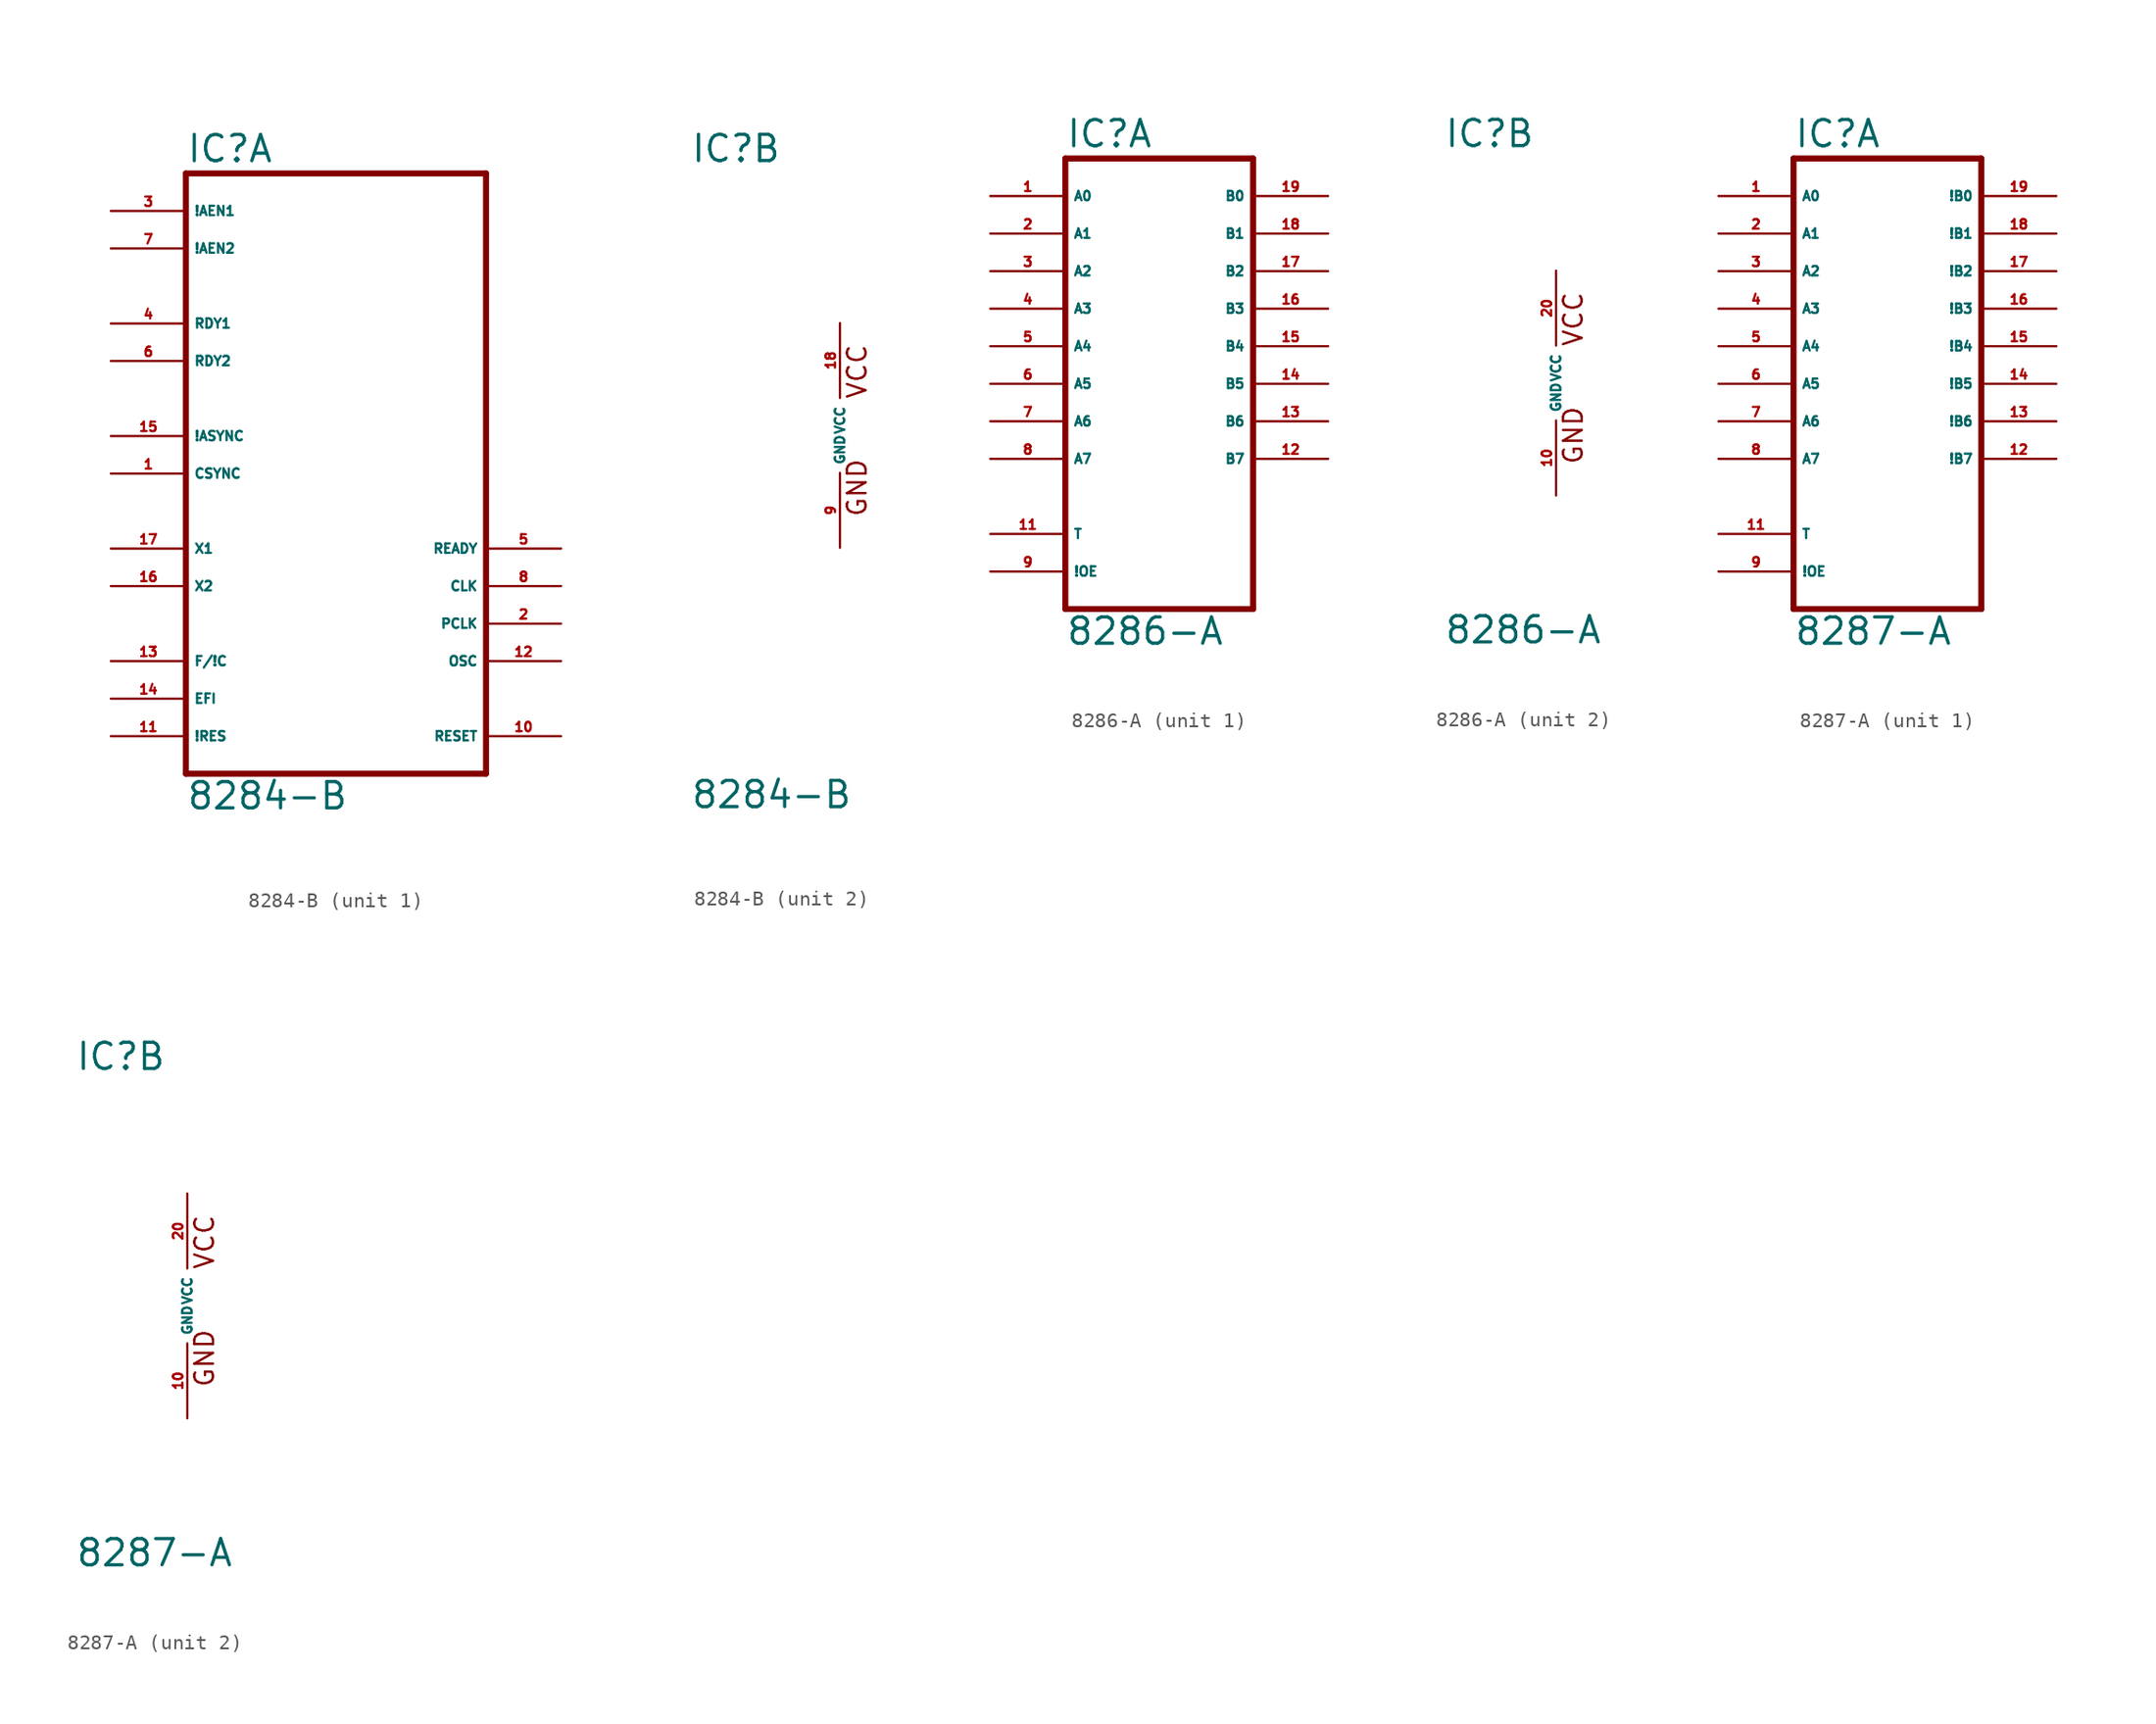
<source format=kicad_sym>
(kicad_symbol_lib
  (version 20220914)
  (generator Eagle2Kicad)
  (symbol "8284-B"
    (property "Reference" "IC"
      (at -10.16 18.415 0)
      (effects (font (size 1.778 1.778) (thickness 0.22)) (justify left bottom)))
    (property "Value" "8284-B"
      (at -10.16 -25.4 0)
      (effects (font (size 1.778 1.778) (thickness 0.22)) (justify left bottom)))
    (symbol "8284-B_1_0"
      (polyline (pts (xy -10.16 -22.86) (xy 10.16 -22.86)) (stroke (width 0.406) (type default)) (fill (type none)))
      (polyline (pts (xy 10.16 -22.86) (xy 10.16 17.78)) (stroke (width 0.406) (type default)) (fill (type none)))
      (polyline (pts (xy 10.16 17.78) (xy -10.16 17.78)) (stroke (width 0.406) (type default)) (fill (type none)))
      (polyline (pts (xy -10.16 17.78) (xy -10.16 -22.86)) (stroke (width 0.406) (type default)) (fill (type none)))
      (pin input line (at -15.24 15.24 0) (length 5.08) (name "!AEN1" (effects (font (size 0.635 0.635) (thickness 0.08)) (justify left bottom))) (number "3" (effects (font (size 0.635 0.635) (thickness 0.08)) (justify left bottom))))
      (pin input line (at -15.24 12.7 0) (length 5.08) (name "!AEN2" (effects (font (size 0.635 0.635) (thickness 0.08)) (justify left bottom))) (number "7" (effects (font (size 0.635 0.635) (thickness 0.08)) (justify left bottom))))
      (pin input line (at -15.24 7.62 0) (length 5.08) (name "RDY1" (effects (font (size 0.635 0.635) (thickness 0.08)) (justify left bottom))) (number "4" (effects (font (size 0.635 0.635) (thickness 0.08)) (justify left bottom))))
      (pin input line (at -15.24 5.08 0) (length 5.08) (name "RDY2" (effects (font (size 0.635 0.635) (thickness 0.08)) (justify left bottom))) (number "6" (effects (font (size 0.635 0.635) (thickness 0.08)) (justify left bottom))))
      (pin input line (at -15.24 0 0) (length 5.08) (name "!ASYNC" (effects (font (size 0.635 0.635) (thickness 0.08)) (justify left bottom))) (number "15" (effects (font (size 0.635 0.635) (thickness 0.08)) (justify left bottom))))
      (pin input line (at -15.24 -10.16 0) (length 5.08) (name "X2" (effects (font (size 0.635 0.635) (thickness 0.08)) (justify left bottom))) (number "16" (effects (font (size 0.635 0.635) (thickness 0.08)) (justify left bottom))))
      (pin input line (at -15.24 -15.24 0) (length 5.08) (name "F/!C" (effects (font (size 0.635 0.635) (thickness 0.08)) (justify left bottom))) (number "13" (effects (font (size 0.635 0.635) (thickness 0.08)) (justify left bottom))))
      (pin input line (at -15.24 -17.78 0) (length 5.08) (name "EFI" (effects (font (size 0.635 0.635) (thickness 0.08)) (justify left bottom))) (number "14" (effects (font (size 0.635 0.635) (thickness 0.08)) (justify left bottom))))
      (pin input line (at -15.24 -20.32 0) (length 5.08) (name "!RES" (effects (font (size 0.635 0.635) (thickness 0.08)) (justify left bottom))) (number "11" (effects (font (size 0.635 0.635) (thickness 0.08)) (justify left bottom))))
      (pin input line (at -15.24 -2.54 0) (length 5.08) (name "CSYNC" (effects (font (size 0.635 0.635) (thickness 0.08)) (justify left bottom))) (number "1" (effects (font (size 0.635 0.635) (thickness 0.08)) (justify left bottom))))
      (pin output line (at 15.24 -7.62 180) (length 5.08) (name "READY" (effects (font (size 0.635 0.635) (thickness 0.08)) (justify left bottom))) (number "5" (effects (font (size 0.635 0.635) (thickness 0.08)) (justify left bottom))))
      (pin output line (at 15.24 -10.16 180) (length 5.08) (name "CLK" (effects (font (size 0.635 0.635) (thickness 0.08)) (justify left bottom))) (number "8" (effects (font (size 0.635 0.635) (thickness 0.08)) (justify left bottom))))
      (pin output line (at 15.24 -12.7 180) (length 5.08) (name "PCLK" (effects (font (size 0.635 0.635) (thickness 0.08)) (justify left bottom))) (number "2" (effects (font (size 0.635 0.635) (thickness 0.08)) (justify left bottom))))
      (pin output line (at 15.24 -15.24 180) (length 5.08) (name "OSC" (effects (font (size 0.635 0.635) (thickness 0.08)) (justify left bottom))) (number "12" (effects (font (size 0.635 0.635) (thickness 0.08)) (justify left bottom))))
      (pin output line (at 15.24 -20.32 180) (length 5.08) (name "RESET" (effects (font (size 0.635 0.635) (thickness 0.08)) (justify left bottom))) (number "10" (effects (font (size 0.635 0.635) (thickness 0.08)) (justify left bottom))))
      (pin input line (at -15.24 -7.62 0) (length 5.08) (name "X1" (effects (font (size 0.635 0.635) (thickness 0.08)) (justify left bottom))) (number "17" (effects (font (size 0.635 0.635) (thickness 0.08)) (justify left bottom)))))
    (symbol "8284-B_2_0"
      (text "GND" (at 1.905 -5.588 900) (effects (font (size 1.27 1.27) (thickness 0.16)) (justify left bottom)))
      (text "VCC" (at 1.905 2.413 900) (effects (font (size 1.27 1.27) (thickness 0.16)) (justify left bottom)))
      (pin unspecified line (at 0 7.62 270) (length 5.08) (name "VCC" (effects (font (size 0.635 0.635) (thickness 0.08)) (justify left bottom))) (number "18" (effects (font (size 0.635 0.635) (thickness 0.08)) (justify left bottom))))
      (pin unspecified line (at 0 -7.62 90) (length 5.08) (name "GND" (effects (font (size 0.635 0.635) (thickness 0.08)) (justify left bottom))) (number "9" (effects (font (size 0.635 0.635) (thickness 0.08)) (justify left bottom))))))
  (symbol "8286-A"
    (property "Reference" "IC"
      (at -7.62 15.875 0)
      (effects (font (size 1.778 1.778) (thickness 0.22)) (justify left bottom)))
    (property "Value" "8286-A"
      (at -7.62 -17.78 0)
      (effects (font (size 1.778 1.778) (thickness 0.22)) (justify left bottom)))
    (symbol "8286-A_1_0"
      (polyline (pts (xy -7.62 -15.24) (xy 5.08 -15.24)) (stroke (width 0.406) (type default)) (fill (type none)))
      (polyline (pts (xy 5.08 -15.24) (xy 5.08 15.24)) (stroke (width 0.406) (type default)) (fill (type none)))
      (polyline (pts (xy 5.08 15.24) (xy -7.62 15.24)) (stroke (width 0.406) (type default)) (fill (type none)))
      (polyline (pts (xy -7.62 15.24) (xy -7.62 -15.24)) (stroke (width 0.406) (type default)) (fill (type none)))
      (pin bidirectional line (at -12.7 12.7 0) (length 5.08) (name "A0" (effects (font (size 0.635 0.635) (thickness 0.08)) (justify left bottom))) (number "1" (effects (font (size 0.635 0.635) (thickness 0.08)) (justify left bottom))))
      (pin bidirectional line (at -12.7 10.16 0) (length 5.08) (name "A1" (effects (font (size 0.635 0.635) (thickness 0.08)) (justify left bottom))) (number "2" (effects (font (size 0.635 0.635) (thickness 0.08)) (justify left bottom))))
      (pin bidirectional line (at -12.7 7.62 0) (length 5.08) (name "A2" (effects (font (size 0.635 0.635) (thickness 0.08)) (justify left bottom))) (number "3" (effects (font (size 0.635 0.635) (thickness 0.08)) (justify left bottom))))
      (pin bidirectional line (at -12.7 5.08 0) (length 5.08) (name "A3" (effects (font (size 0.635 0.635) (thickness 0.08)) (justify left bottom))) (number "4" (effects (font (size 0.635 0.635) (thickness 0.08)) (justify left bottom))))
      (pin bidirectional line (at -12.7 2.54 0) (length 5.08) (name "A4" (effects (font (size 0.635 0.635) (thickness 0.08)) (justify left bottom))) (number "5" (effects (font (size 0.635 0.635) (thickness 0.08)) (justify left bottom))))
      (pin bidirectional line (at -12.7 0 0) (length 5.08) (name "A5" (effects (font (size 0.635 0.635) (thickness 0.08)) (justify left bottom))) (number "6" (effects (font (size 0.635 0.635) (thickness 0.08)) (justify left bottom))))
      (pin bidirectional line (at -12.7 -2.54 0) (length 5.08) (name "A6" (effects (font (size 0.635 0.635) (thickness 0.08)) (justify left bottom))) (number "7" (effects (font (size 0.635 0.635) (thickness 0.08)) (justify left bottom))))
      (pin bidirectional line (at -12.7 -5.08 0) (length 5.08) (name "A7" (effects (font (size 0.635 0.635) (thickness 0.08)) (justify left bottom))) (number "8" (effects (font (size 0.635 0.635) (thickness 0.08)) (justify left bottom))))
      (pin bidirectional line (at 10.16 12.7 180) (length 5.08) (name "B0" (effects (font (size 0.635 0.635) (thickness 0.08)) (justify left bottom))) (number "19" (effects (font (size 0.635 0.635) (thickness 0.08)) (justify left bottom))))
      (pin bidirectional line (at 10.16 10.16 180) (length 5.08) (name "B1" (effects (font (size 0.635 0.635) (thickness 0.08)) (justify left bottom))) (number "18" (effects (font (size 0.635 0.635) (thickness 0.08)) (justify left bottom))))
      (pin bidirectional line (at 10.16 7.62 180) (length 5.08) (name "B2" (effects (font (size 0.635 0.635) (thickness 0.08)) (justify left bottom))) (number "17" (effects (font (size 0.635 0.635) (thickness 0.08)) (justify left bottom))))
      (pin bidirectional line (at 10.16 5.08 180) (length 5.08) (name "B3" (effects (font (size 0.635 0.635) (thickness 0.08)) (justify left bottom))) (number "16" (effects (font (size 0.635 0.635) (thickness 0.08)) (justify left bottom))))
      (pin bidirectional line (at 10.16 2.54 180) (length 5.08) (name "B4" (effects (font (size 0.635 0.635) (thickness 0.08)) (justify left bottom))) (number "15" (effects (font (size 0.635 0.635) (thickness 0.08)) (justify left bottom))))
      (pin bidirectional line (at 10.16 0 180) (length 5.08) (name "B5" (effects (font (size 0.635 0.635) (thickness 0.08)) (justify left bottom))) (number "14" (effects (font (size 0.635 0.635) (thickness 0.08)) (justify left bottom))))
      (pin bidirectional line (at 10.16 -2.54 180) (length 5.08) (name "B6" (effects (font (size 0.635 0.635) (thickness 0.08)) (justify left bottom))) (number "13" (effects (font (size 0.635 0.635) (thickness 0.08)) (justify left bottom))))
      (pin bidirectional line (at 10.16 -5.08 180) (length 5.08) (name "B7" (effects (font (size 0.635 0.635) (thickness 0.08)) (justify left bottom))) (number "12" (effects (font (size 0.635 0.635) (thickness 0.08)) (justify left bottom))))
      (pin input line (at -12.7 -10.16 0) (length 5.08) (name "T" (effects (font (size 0.635 0.635) (thickness 0.08)) (justify left bottom))) (number "11" (effects (font (size 0.635 0.635) (thickness 0.08)) (justify left bottom))))
      (pin input line (at -12.7 -12.7 0) (length 5.08) (name "!OE" (effects (font (size 0.635 0.635) (thickness 0.08)) (justify left bottom))) (number "9" (effects (font (size 0.635 0.635) (thickness 0.08)) (justify left bottom)))))
    (symbol "8286-A_2_0"
      (text "GND" (at 1.905 -5.588 900) (effects (font (size 1.27 1.27) (thickness 0.16)) (justify left bottom)))
      (text "VCC" (at 1.905 2.413 900) (effects (font (size 1.27 1.27) (thickness 0.16)) (justify left bottom)))
      (pin unspecified line (at 0 7.62 270) (length 5.08) (name "VCC" (effects (font (size 0.635 0.635) (thickness 0.08)) (justify left bottom))) (number "20" (effects (font (size 0.635 0.635) (thickness 0.08)) (justify left bottom))))
      (pin unspecified line (at 0 -7.62 90) (length 5.08) (name "GND" (effects (font (size 0.635 0.635) (thickness 0.08)) (justify left bottom))) (number "10" (effects (font (size 0.635 0.635) (thickness 0.08)) (justify left bottom))))))
  (symbol "8287-A"
    (property "Reference" "IC"
      (at -7.62 15.875 0)
      (effects (font (size 1.778 1.778) (thickness 0.22)) (justify left bottom)))
    (property "Value" "8287-A"
      (at -7.62 -17.78 0)
      (effects (font (size 1.778 1.778) (thickness 0.22)) (justify left bottom)))
    (symbol "8287-A_1_0"
      (polyline (pts (xy -7.62 -15.24) (xy 5.08 -15.24)) (stroke (width 0.406) (type default)) (fill (type none)))
      (polyline (pts (xy 5.08 -15.24) (xy 5.08 15.24)) (stroke (width 0.406) (type default)) (fill (type none)))
      (polyline (pts (xy 5.08 15.24) (xy -7.62 15.24)) (stroke (width 0.406) (type default)) (fill (type none)))
      (polyline (pts (xy -7.62 15.24) (xy -7.62 -15.24)) (stroke (width 0.406) (type default)) (fill (type none)))
      (pin bidirectional line (at -12.7 12.7 0) (length 5.08) (name "A0" (effects (font (size 0.635 0.635) (thickness 0.08)) (justify left bottom))) (number "1" (effects (font (size 0.635 0.635) (thickness 0.08)) (justify left bottom))))
      (pin bidirectional line (at -12.7 10.16 0) (length 5.08) (name "A1" (effects (font (size 0.635 0.635) (thickness 0.08)) (justify left bottom))) (number "2" (effects (font (size 0.635 0.635) (thickness 0.08)) (justify left bottom))))
      (pin bidirectional line (at -12.7 7.62 0) (length 5.08) (name "A2" (effects (font (size 0.635 0.635) (thickness 0.08)) (justify left bottom))) (number "3" (effects (font (size 0.635 0.635) (thickness 0.08)) (justify left bottom))))
      (pin bidirectional line (at -12.7 5.08 0) (length 5.08) (name "A3" (effects (font (size 0.635 0.635) (thickness 0.08)) (justify left bottom))) (number "4" (effects (font (size 0.635 0.635) (thickness 0.08)) (justify left bottom))))
      (pin bidirectional line (at -12.7 2.54 0) (length 5.08) (name "A4" (effects (font (size 0.635 0.635) (thickness 0.08)) (justify left bottom))) (number "5" (effects (font (size 0.635 0.635) (thickness 0.08)) (justify left bottom))))
      (pin bidirectional line (at -12.7 0 0) (length 5.08) (name "A5" (effects (font (size 0.635 0.635) (thickness 0.08)) (justify left bottom))) (number "6" (effects (font (size 0.635 0.635) (thickness 0.08)) (justify left bottom))))
      (pin bidirectional line (at -12.7 -2.54 0) (length 5.08) (name "A6" (effects (font (size 0.635 0.635) (thickness 0.08)) (justify left bottom))) (number "7" (effects (font (size 0.635 0.635) (thickness 0.08)) (justify left bottom))))
      (pin bidirectional line (at -12.7 -5.08 0) (length 5.08) (name "A7" (effects (font (size 0.635 0.635) (thickness 0.08)) (justify left bottom))) (number "8" (effects (font (size 0.635 0.635) (thickness 0.08)) (justify left bottom))))
      (pin bidirectional line (at 10.16 12.7 180) (length 5.08) (name "!B0" (effects (font (size 0.635 0.635) (thickness 0.08)) (justify left bottom))) (number "19" (effects (font (size 0.635 0.635) (thickness 0.08)) (justify left bottom))))
      (pin bidirectional line (at 10.16 10.16 180) (length 5.08) (name "!B1" (effects (font (size 0.635 0.635) (thickness 0.08)) (justify left bottom))) (number "18" (effects (font (size 0.635 0.635) (thickness 0.08)) (justify left bottom))))
      (pin bidirectional line (at 10.16 7.62 180) (length 5.08) (name "!B2" (effects (font (size 0.635 0.635) (thickness 0.08)) (justify left bottom))) (number "17" (effects (font (size 0.635 0.635) (thickness 0.08)) (justify left bottom))))
      (pin bidirectional line (at 10.16 5.08 180) (length 5.08) (name "!B3" (effects (font (size 0.635 0.635) (thickness 0.08)) (justify left bottom))) (number "16" (effects (font (size 0.635 0.635) (thickness 0.08)) (justify left bottom))))
      (pin bidirectional line (at 10.16 2.54 180) (length 5.08) (name "!B4" (effects (font (size 0.635 0.635) (thickness 0.08)) (justify left bottom))) (number "15" (effects (font (size 0.635 0.635) (thickness 0.08)) (justify left bottom))))
      (pin bidirectional line (at 10.16 0 180) (length 5.08) (name "!B5" (effects (font (size 0.635 0.635) (thickness 0.08)) (justify left bottom))) (number "14" (effects (font (size 0.635 0.635) (thickness 0.08)) (justify left bottom))))
      (pin bidirectional line (at 10.16 -2.54 180) (length 5.08) (name "!B6" (effects (font (size 0.635 0.635) (thickness 0.08)) (justify left bottom))) (number "13" (effects (font (size 0.635 0.635) (thickness 0.08)) (justify left bottom))))
      (pin bidirectional line (at 10.16 -5.08 180) (length 5.08) (name "!B7" (effects (font (size 0.635 0.635) (thickness 0.08)) (justify left bottom))) (number "12" (effects (font (size 0.635 0.635) (thickness 0.08)) (justify left bottom))))
      (pin input line (at -12.7 -10.16 0) (length 5.08) (name "T" (effects (font (size 0.635 0.635) (thickness 0.08)) (justify left bottom))) (number "11" (effects (font (size 0.635 0.635) (thickness 0.08)) (justify left bottom))))
      (pin input line (at -12.7 -12.7 0) (length 5.08) (name "!OE" (effects (font (size 0.635 0.635) (thickness 0.08)) (justify left bottom))) (number "9" (effects (font (size 0.635 0.635) (thickness 0.08)) (justify left bottom)))))
    (symbol "8287-A_2_0"
      (text "GND" (at 1.905 -5.588 900) (effects (font (size 1.27 1.27) (thickness 0.16)) (justify left bottom)))
      (text "VCC" (at 1.905 2.413 900) (effects (font (size 1.27 1.27) (thickness 0.16)) (justify left bottom)))
      (pin unspecified line (at 0 7.62 270) (length 5.08) (name "VCC" (effects (font (size 0.635 0.635) (thickness 0.08)) (justify left bottom))) (number "20" (effects (font (size 0.635 0.635) (thickness 0.08)) (justify left bottom))))
      (pin unspecified line (at 0 -7.62 90) (length 5.08) (name "GND" (effects (font (size 0.635 0.635) (thickness 0.08)) (justify left bottom))) (number "10" (effects (font (size 0.635 0.635) (thickness 0.08)) (justify left bottom)))))))
</source>
